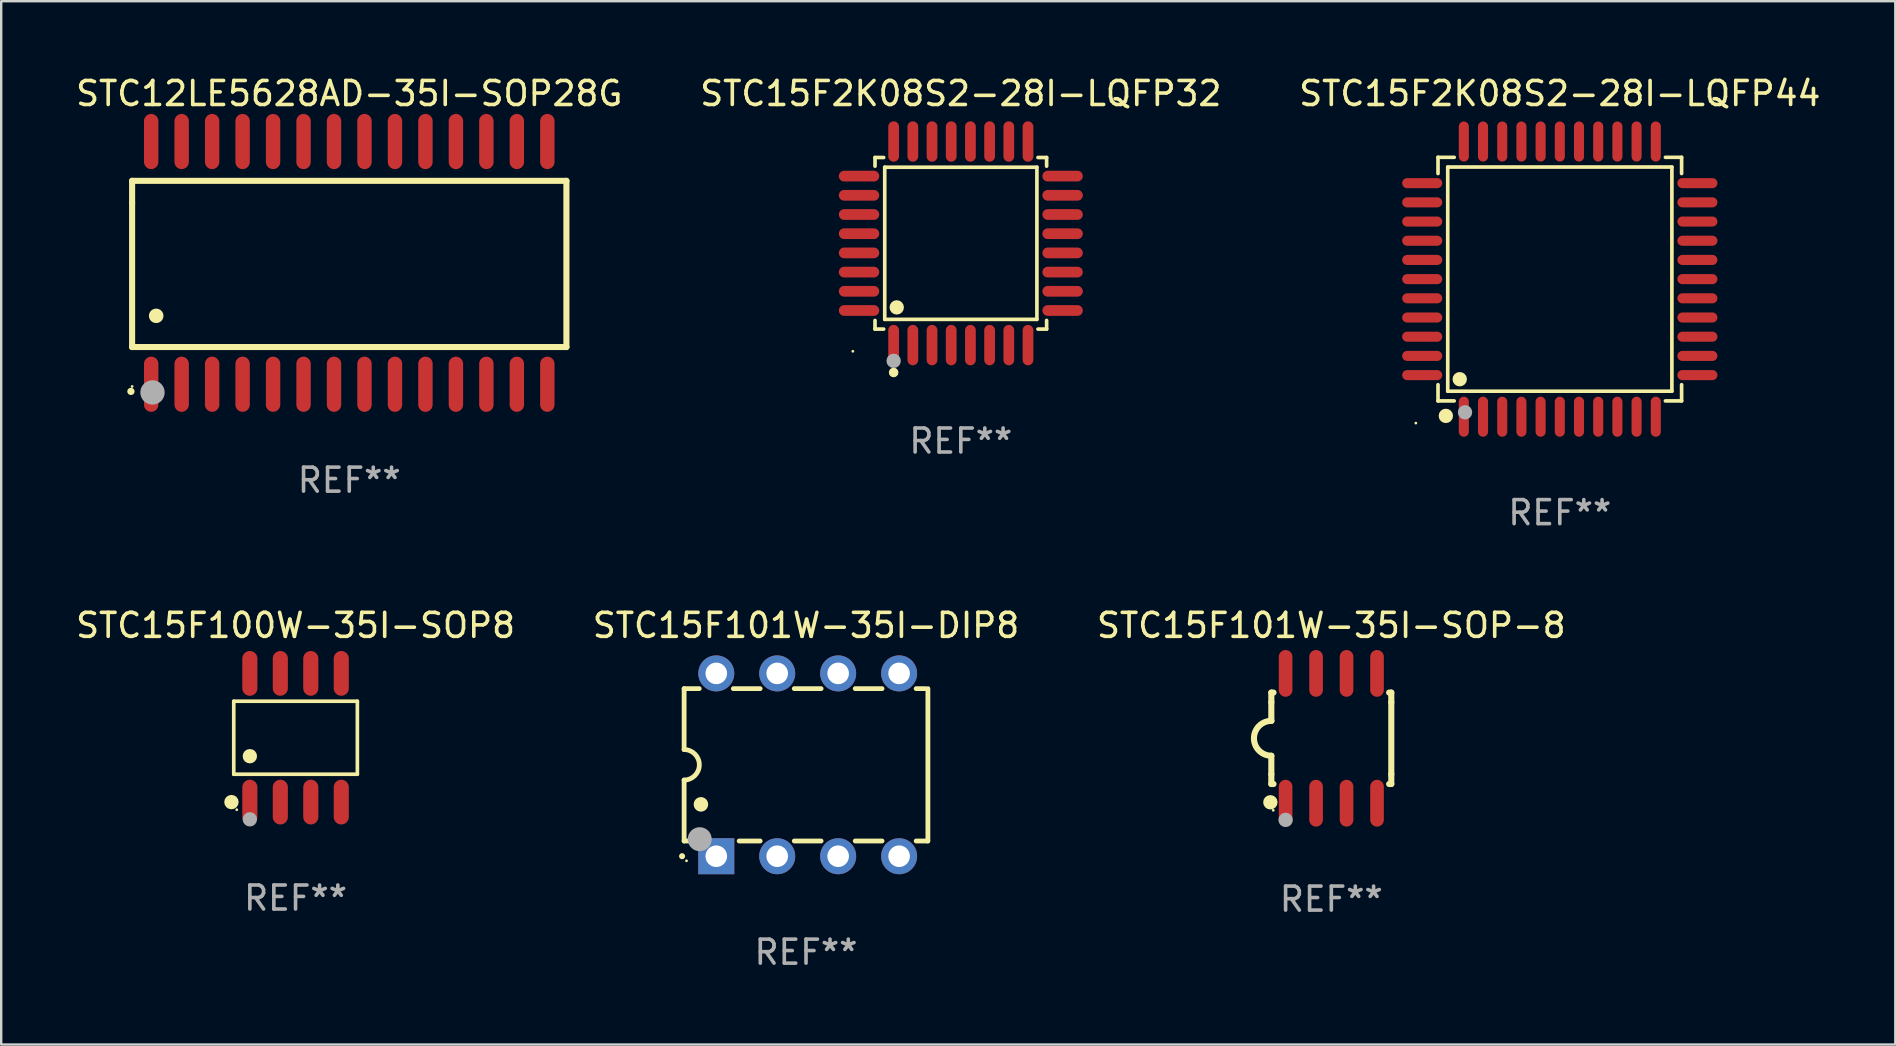
<source format=kicad_pcb>
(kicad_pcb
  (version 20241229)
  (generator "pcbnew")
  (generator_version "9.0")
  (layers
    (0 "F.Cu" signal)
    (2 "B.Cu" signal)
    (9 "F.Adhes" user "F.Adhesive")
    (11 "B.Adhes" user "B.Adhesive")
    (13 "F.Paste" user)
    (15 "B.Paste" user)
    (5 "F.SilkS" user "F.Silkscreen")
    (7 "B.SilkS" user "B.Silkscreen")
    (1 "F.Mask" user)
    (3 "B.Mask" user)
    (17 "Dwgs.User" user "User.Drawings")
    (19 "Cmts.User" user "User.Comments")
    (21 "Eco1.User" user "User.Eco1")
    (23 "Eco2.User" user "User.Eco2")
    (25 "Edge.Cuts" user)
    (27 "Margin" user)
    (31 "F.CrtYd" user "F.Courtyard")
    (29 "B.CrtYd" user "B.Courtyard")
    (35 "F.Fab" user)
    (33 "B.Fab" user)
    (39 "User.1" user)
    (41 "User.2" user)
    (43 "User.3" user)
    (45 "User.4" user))
  (footprint "STC12LE5628AD-35I-SOP28G"
    (layer "F.Cu")
    (at 11.506 7.906)
    (property "Reference" "STC12LE5628AD-35I-SOP28G" (at 0 -7.058 0) (layer "F.SilkS") (effects (font (size 1 1) (thickness 0.15))))
    (attr through_hole)
    (fp_line (start -9.05 -3.42) (end 9.05 -3.42) (stroke (width 0.254) (type solid)) (layer "F.SilkS"))
    (fp_line (start -9.05 -2.492) (end -9.05 -3.42) (stroke (width 0.254) (type solid)) (layer "F.SilkS"))
    (fp_line (start -9.05 3.508) (end -9.05 -2.492) (stroke (width 0.254) (type solid)) (layer "F.SilkS"))
    (fp_line (start 9.05 -3.42) (end 9.05 3.508) (stroke (width 0.254) (type solid)) (layer "F.SilkS"))
    (fp_line (start 9.05 3.508) (end -9.05 3.508) (stroke (width 0.254) (type solid)) (layer "F.SilkS"))
    (fp_arc (start -9.100838 5.35649) (mid -9.099568 5.356485) (end -9.098298 5.35649) (stroke (width 0.3) (type solid)) (layer "F.SilkS"))
    (fp_arc (start -8.049276 2.206883) (mid -8.046736 2.206872) (end -8.044196 2.206883) (stroke (width 0.6) (type solid)) (layer "F.SilkS"))
    (fp_circle (center -9.05 5.15) (end -9.02 5.15) (stroke (width 0.06) (type solid)) (fill no) (layer "F.SilkS"))
    (fp_circle (center -8.2 5.4) (end -7.946 5.4) (stroke (width 0.508) (type solid)) (fill no) (layer "F.Fab"))
    (fp_text user "REF**" (at 0 9.058 0) (layer "F.Fab") (effects (font (size 1 1) (thickness 0.15))))
    (pad "1" smd oval (at -8.255 5.058 180) (size 0.6 2.3) (layers "F.Cu" "F.Mask" "F.Paste"))
    (pad "2" smd oval (at -6.985 5.058 180) (size 0.6 2.3) (layers "F.Cu" "F.Mask" "F.Paste"))
    (pad "3" smd oval (at -5.715 5.058 180) (size 0.6 2.3) (layers "F.Cu" "F.Mask" "F.Paste"))
    (pad "4" smd oval (at -4.445 5.058 180) (size 0.6 2.3) (layers "F.Cu" "F.Mask" "F.Paste"))
    (pad "5" smd oval (at -3.175 5.058 180) (size 0.6 2.3) (layers "F.Cu" "F.Mask" "F.Paste"))
    (pad "6" smd oval (at -1.905 5.058 180) (size 0.6 2.3) (layers "F.Cu" "F.Mask" "F.Paste"))
    (pad "7" smd oval (at -0.635 5.058 180) (size 0.6 2.3) (layers "F.Cu" "F.Mask" "F.Paste"))
    (pad "8" smd oval (at 0.635 5.058 180) (size 0.6 2.3) (layers "F.Cu" "F.Mask" "F.Paste"))
    (pad "9" smd oval (at 1.905 5.058 180) (size 0.6 2.3) (layers "F.Cu" "F.Mask" "F.Paste"))
    (pad "10" smd oval (at 3.175 5.058 180) (size 0.6 2.3) (layers "F.Cu" "F.Mask" "F.Paste"))
    (pad "11" smd oval (at 4.445 5.058 180) (size 0.6 2.3) (layers "F.Cu" "F.Mask" "F.Paste"))
    (pad "12" smd oval (at 5.715 5.058 180) (size 0.6 2.3) (layers "F.Cu" "F.Mask" "F.Paste"))
    (pad "13" smd oval (at 6.985 5.058 180) (size 0.6 2.3) (layers "F.Cu" "F.Mask" "F.Paste"))
    (pad "14" smd oval (at 8.255 5.058 180) (size 0.6 2.3) (layers "F.Cu" "F.Mask" "F.Paste"))
    (pad "15" smd oval (at 8.255 -5.058 180) (size 0.6 2.3) (layers "F.Cu" "F.Mask" "F.Paste"))
    (pad "16" smd oval (at 6.985 -5.058 180) (size 0.6 2.3) (layers "F.Cu" "F.Mask" "F.Paste"))
    (pad "17" smd oval (at 5.715 -5.058 180) (size 0.6 2.3) (layers "F.Cu" "F.Mask" "F.Paste"))
    (pad "18" smd oval (at 4.445 -5.058 180) (size 0.6 2.3) (layers "F.Cu" "F.Mask" "F.Paste"))
    (pad "19" smd oval (at 3.175 -5.058 180) (size 0.6 2.3) (layers "F.Cu" "F.Mask" "F.Paste"))
    (pad "20" smd oval (at 1.905 -5.058 180) (size 0.6 2.3) (layers "F.Cu" "F.Mask" "F.Paste"))
    (pad "21" smd oval (at 0.635 -5.058 180) (size 0.6 2.3) (layers "F.Cu" "F.Mask" "F.Paste"))
    (pad "22" smd oval (at -0.635 -5.058 180) (size 0.6 2.3) (layers "F.Cu" "F.Mask" "F.Paste"))
    (pad "23" smd oval (at -1.905 -5.058 180) (size 0.6 2.3) (layers "F.Cu" "F.Mask" "F.Paste"))
    (pad "24" smd oval (at -3.175 -5.058 180) (size 0.6 2.3) (layers "F.Cu" "F.Mask" "F.Paste"))
    (pad "25" smd oval (at -4.445 -5.058 180) (size 0.6 2.3) (layers "F.Cu" "F.Mask" "F.Paste"))
    (pad "26" smd oval (at -5.715 -5.058 180) (size 0.6 2.3) (layers "F.Cu" "F.Mask" "F.Paste"))
    (pad "27" smd oval (at -6.985 -5.058 180) (size 0.6 2.3) (layers "F.Cu" "F.Mask" "F.Paste"))
    (pad "28" smd oval (at -8.255 -5.058 180) (size 0.6 2.3) (layers "F.Cu" "F.Mask" "F.Paste")))
  (footprint "STC15F101W-35I-SOP-8"
    (layer "F.Cu")
    (at 52.435 27.72)
    (property "Reference" "STC15F101W-35I-SOP-8" (at 0 -4.705 0) (layer "F.SilkS") (effects (font (size 1 1) (thickness 0.15))))
    (attr through_hole)
    (fp_line (start -2.5 -1.905) (end -2.409 -1.905) (stroke (width 0.254) (type solid)) (layer "F.SilkS"))
    (fp_line (start -2.5 -1.5) (end -2.5 -1.905) (stroke (width 0.254) (type solid)) (layer "F.SilkS"))
    (fp_line (start -2.5 -1.5) (end -2.5 -0.726) (stroke (width 0.254) (type solid)) (layer "F.SilkS"))
    (fp_line (start -2.5 1.5) (end -2.5 0.727) (stroke (width 0.254) (type solid)) (layer "F.SilkS"))
    (fp_line (start -2.5 1.5) (end -2.5 1.905) (stroke (width 0.254) (type solid)) (layer "F.SilkS"))
    (fp_line (start -2.5 1.905) (end -2.409 1.905) (stroke (width 0.254) (type solid)) (layer "F.SilkS"))
    (fp_line (start 2.5 -1.905) (end 2.409 -1.905) (stroke (width 0.254) (type solid)) (layer "F.SilkS"))
    (fp_line (start 2.5 -1.5) (end 2.5 -1.905) (stroke (width 0.254) (type solid)) (layer "F.SilkS"))
    (fp_line (start 2.5 -1.5) (end 2.5 1.5) (stroke (width 0.254) (type solid)) (layer "F.SilkS"))
    (fp_line (start 2.5 1.5) (end 2.5 1.905) (stroke (width 0.254) (type solid)) (layer "F.SilkS"))
    (fp_line (start 2.5 1.905) (end 2.409 1.905) (stroke (width 0.254) (type solid)) (layer "F.SilkS"))
    (fp_arc (start -2.5 0.726568) (mid -3.220316 -0.0023) (end -2.495097 -0.726289) (stroke (width 0.254001) (type solid)) (layer "F.SilkS"))
    (fp_circle (center -2.54 2.667) (end -2.39 2.667) (stroke (width 0.3) (type solid)) (fill no) (layer "F.SilkS"))
    (fp_circle (center -2.42 3) (end -2.39 3) (stroke (width 0.06) (type solid)) (fill no) (layer "F.SilkS"))
    (fp_circle (center -1.905 3.4) (end -1.755 3.4) (stroke (width 0.3) (type solid)) (fill no) (layer "F.Fab"))
    (fp_text user "REF**" (at 0 6.705 0) (layer "F.Fab") (effects (font (size 1 1) (thickness 0.15))))
    (pad "1" smd oval (at -1.905 2.705) (size 0.568 1.95) (layers "F.Cu" "F.Mask" "F.Paste"))
    (pad "2" smd oval (at -0.635 2.705) (size 0.568 1.95) (layers "F.Cu" "F.Mask" "F.Paste"))
    (pad "3" smd oval (at 0.635 2.705) (size 0.568 1.95) (layers "F.Cu" "F.Mask" "F.Paste"))
    (pad "4" smd oval (at 1.905 2.705) (size 0.568 1.95) (layers "F.Cu" "F.Mask" "F.Paste"))
    (pad "5" smd oval (at 1.905 -2.705) (size 0.568 1.95) (layers "F.Cu" "F.Mask" "F.Paste"))
    (pad "6" smd oval (at 0.635 -2.705) (size 0.568 1.95) (layers "F.Cu" "F.Mask" "F.Paste"))
    (pad "7" smd oval (at -0.635 -2.705) (size 0.568 1.95) (layers "F.Cu" "F.Mask" "F.Paste"))
    (pad "8" smd oval (at -1.905 -2.705) (size 0.568 1.95) (layers "F.Cu" "F.Mask" "F.Paste")))
  (footprint "STC15F101W-35I-DIP8"
    (layer "F.Cu")
    (at 30.542 28.825)
    (property "Reference" "STC15F101W-35I-DIP8" (at 0 -5.81 0) (layer "F.SilkS") (effects (font (size 1 1) (thickness 0.15))))
    (attr through_hole)
    (fp_line (start -5.08 -3.175) (end -4.451 -3.175) (stroke (width 0.2) (type solid)) (layer "F.SilkS"))
    (fp_line (start -5.08 -0.635) (end -5.08 -3.175) (stroke (width 0.2) (type solid)) (layer "F.SilkS"))
    (fp_line (start -5.08 3.175) (end -5.08 0.635) (stroke (width 0.2) (type solid)) (layer "F.SilkS"))
    (fp_line (start -4.694 3.175) (end -5.08 3.175) (stroke (width 0.2) (type solid)) (layer "F.SilkS"))
    (fp_line (start -3.029 -3.175) (end -1.911 -3.175) (stroke (width 0.2) (type solid)) (layer "F.SilkS"))
    (fp_line (start -1.911 3.175) (end -2.786 3.175) (stroke (width 0.2) (type solid)) (layer "F.SilkS"))
    (fp_line (start -0.489 -3.175) (end 0.629 -3.175) (stroke (width 0.2) (type solid)) (layer "F.SilkS"))
    (fp_line (start 0.629 3.175) (end -0.489 3.175) (stroke (width 0.2) (type solid)) (layer "F.SilkS"))
    (fp_line (start 2.051 -3.175) (end 3.169 -3.175) (stroke (width 0.2) (type solid)) (layer "F.SilkS"))
    (fp_line (start 3.169 3.175) (end 2.051 3.175) (stroke (width 0.2) (type solid)) (layer "F.SilkS"))
    (fp_line (start 4.591 -3.175) (end 4.97 -3.175) (stroke (width 0.2) (type solid)) (layer "F.SilkS"))
    (fp_line (start 5.074 3.175) (end 4.591 3.175) (stroke (width 0.2) (type solid)) (layer "F.SilkS"))
    (fp_line (start 5.08 -3.175) (end 5.08 3.175) (stroke (width 0.2) (type solid)) (layer "F.SilkS"))
    (fp_arc (start -5.164948 3.810008) (mid -5.164955 3.808738) (end -5.164948 3.807468) (stroke (width 0.25) (type solid)) (layer "F.SilkS"))
    (fp_arc (start -5.081128 -0.635001) (mid -4.446127 0) (end -5.081128 0.635001) (stroke (width 0.2) (type solid)) (layer "F.SilkS"))
    (fp_arc (start -4.380086 1.651003) (mid -4.380097 1.648463) (end -4.380086 1.645923) (stroke (width 0.6) (type solid)) (layer "F.SilkS"))
    (fp_circle (center -4.98 4) (end -4.95 4) (stroke (width 0.06) (type solid)) (fill no) (layer "F.SilkS"))
    (fp_circle (center -4.43 3.1) (end -4.18 3.1) (stroke (width 0.5) (type solid)) (fill no) (layer "F.Fab"))
    (fp_text user "REF**" (at 0 7.81 0) (layer "F.Fab") (effects (font (size 1 1) (thickness 0.15))))
    (pad "1" thru_hole rect (at -3.74 3.81) (size 1.5 1.5) (drill 0.9) (layers "*.Cu" "*.Mask"))
    (pad "2" thru_hole circle (at -1.2 3.81) (size 1.5 1.5) (drill 0.9) (layers "*.Cu" "*.Mask"))
    (pad "3" thru_hole circle (at 1.34 3.81) (size 1.5 1.5) (drill 0.9) (layers "*.Cu" "*.Mask"))
    (pad "4" thru_hole circle (at 3.88 3.81) (size 1.5 1.5) (drill 0.9) (layers "*.Cu" "*.Mask"))
    (pad "5" thru_hole circle (at 3.88 -3.81) (size 1.5 1.5) (drill 0.9) (layers "*.Cu" "*.Mask"))
    (pad "6" thru_hole circle (at 1.34 -3.81) (size 1.5 1.5) (drill 0.9) (layers "*.Cu" "*.Mask"))
    (pad "7" thru_hole circle (at -1.2 -3.81) (size 1.5 1.5) (drill 0.9) (layers "*.Cu" "*.Mask"))
    (pad "8" thru_hole circle (at -3.74 -3.81) (size 1.5 1.5) (drill 0.9) (layers "*.Cu" "*.Mask")))
  (footprint "STC15F2K08S2-28I-LQFP44"
    (layer "F.Cu")
    (at 61.958 8.583)
    (property "Reference" "STC15F2K08S2-28I-LQFP44" (at 0 -7.735 0) (layer "F.SilkS") (effects (font (size 1 1) (thickness 0.15))))
    (attr through_hole)
    (fp_line (start -5.076 -5.076) (end -4.401 -5.076) (stroke (width 0.152) (type solid)) (layer "F.SilkS"))
    (fp_line (start -5.076 -4.401) (end -5.076 -5.076) (stroke (width 0.152) (type solid)) (layer "F.SilkS"))
    (fp_line (start -5.076 4.401) (end -5.076 5.076) (stroke (width 0.152) (type solid)) (layer "F.SilkS"))
    (fp_line (start -5.076 5.076) (end -4.401 5.076) (stroke (width 0.152) (type solid)) (layer "F.SilkS"))
    (fp_line (start -4.671 -4.671) (end 4.671 -4.671) (stroke (width 0.152) (type solid)) (layer "F.SilkS"))
    (fp_line (start -4.671 4.671) (end -4.671 -4.671) (stroke (width 0.152) (type solid)) (layer "F.SilkS"))
    (fp_line (start 4.671 -4.671) (end 4.671 4.671) (stroke (width 0.152) (type solid)) (layer "F.SilkS"))
    (fp_line (start 4.671 4.671) (end -4.671 4.671) (stroke (width 0.152) (type solid)) (layer "F.SilkS"))
    (fp_line (start 5.076 -5.076) (end 4.401 -5.076) (stroke (width 0.152) (type solid)) (layer "F.SilkS"))
    (fp_line (start 5.076 -4.401) (end 5.076 -5.076) (stroke (width 0.152) (type solid)) (layer "F.SilkS"))
    (fp_line (start 5.076 4.401) (end 5.076 5.076) (stroke (width 0.152) (type solid)) (layer "F.SilkS"))
    (fp_line (start 5.076 5.076) (end 4.401 5.076) (stroke (width 0.152) (type solid)) (layer "F.SilkS"))
    (fp_circle (center -6 6) (end -5.97 6) (stroke (width 0.06) (type solid)) (fill no) (layer "F.SilkS"))
    (fp_circle (center -4.75 5.7) (end -4.6 5.7) (stroke (width 0.3) (type solid)) (fill no) (layer "F.SilkS"))
    (fp_circle (center -4.171 4.171) (end -4.021 4.171) (stroke (width 0.3) (type solid)) (fill no) (layer "F.SilkS"))
    (fp_circle (center -3.95 5.55) (end -3.8 5.55) (stroke (width 0.3) (type solid)) (fill no) (layer "F.Fab"))
    (fp_text user "REF**" (at 0 9.735 0) (layer "F.Fab") (effects (font (size 1 1) (thickness 0.15))))
    (pad "1" smd oval (at -4 5.735) (size 0.42 1.67) (layers "F.Cu" "F.Mask" "F.Paste"))
    (pad "2" smd oval (at -3.2 5.735) (size 0.42 1.67) (layers "F.Cu" "F.Mask" "F.Paste"))
    (pad "3" smd oval (at -2.4 5.735) (size 0.42 1.67) (layers "F.Cu" "F.Mask" "F.Paste"))
    (pad "4" smd oval (at -1.6 5.735) (size 0.42 1.67) (layers "F.Cu" "F.Mask" "F.Paste"))
    (pad "5" smd oval (at -0.8 5.735) (size 0.42 1.67) (layers "F.Cu" "F.Mask" "F.Paste"))
    (pad "6" smd oval (at 0 5.735) (size 0.42 1.67) (layers "F.Cu" "F.Mask" "F.Paste"))
    (pad "7" smd oval (at 0.8 5.735) (size 0.42 1.67) (layers "F.Cu" "F.Mask" "F.Paste"))
    (pad "8" smd oval (at 1.6 5.735) (size 0.42 1.67) (layers "F.Cu" "F.Mask" "F.Paste"))
    (pad "9" smd oval (at 2.4 5.735) (size 0.42 1.67) (layers "F.Cu" "F.Mask" "F.Paste"))
    (pad "10" smd oval (at 3.2 5.735) (size 0.42 1.67) (layers "F.Cu" "F.Mask" "F.Paste"))
    (pad "11" smd oval (at 4 5.735) (size 0.42 1.67) (layers "F.Cu" "F.Mask" "F.Paste"))
    (pad "12" smd oval (at 5.735 4) (size 1.67 0.42) (layers "F.Cu" "F.Mask" "F.Paste"))
    (pad "13" smd oval (at 5.735 3.2) (size 1.67 0.42) (layers "F.Cu" "F.Mask" "F.Paste"))
    (pad "14" smd oval (at 5.735 2.4) (size 1.67 0.42) (layers "F.Cu" "F.Mask" "F.Paste"))
    (pad "15" smd oval (at 5.735 1.6) (size 1.67 0.42) (layers "F.Cu" "F.Mask" "F.Paste"))
    (pad "16" smd oval (at 5.735 0.8) (size 1.67 0.42) (layers "F.Cu" "F.Mask" "F.Paste"))
    (pad "17" smd oval (at 5.735 0) (size 1.67 0.42) (layers "F.Cu" "F.Mask" "F.Paste"))
    (pad "18" smd oval (at 5.735 -0.8) (size 1.67 0.42) (layers "F.Cu" "F.Mask" "F.Paste"))
    (pad "19" smd oval (at 5.735 -1.6) (size 1.67 0.42) (layers "F.Cu" "F.Mask" "F.Paste"))
    (pad "20" smd oval (at 5.735 -2.4) (size 1.67 0.42) (layers "F.Cu" "F.Mask" "F.Paste"))
    (pad "21" smd oval (at 5.735 -3.2) (size 1.67 0.42) (layers "F.Cu" "F.Mask" "F.Paste"))
    (pad "22" smd oval (at 5.735 -4) (size 1.67 0.42) (layers "F.Cu" "F.Mask" "F.Paste"))
    (pad "23" smd oval (at 4 -5.735) (size 0.42 1.67) (layers "F.Cu" "F.Mask" "F.Paste"))
    (pad "24" smd oval (at 3.2 -5.735) (size 0.42 1.67) (layers "F.Cu" "F.Mask" "F.Paste"))
    (pad "25" smd oval (at 2.4 -5.735) (size 0.42 1.67) (layers "F.Cu" "F.Mask" "F.Paste"))
    (pad "26" smd oval (at 1.6 -5.735) (size 0.42 1.67) (layers "F.Cu" "F.Mask" "F.Paste"))
    (pad "27" smd oval (at 0.8 -5.735) (size 0.42 1.67) (layers "F.Cu" "F.Mask" "F.Paste"))
    (pad "28" smd oval (at 0 -5.735) (size 0.42 1.67) (layers "F.Cu" "F.Mask" "F.Paste"))
    (pad "29" smd oval (at -0.8 -5.735) (size 0.42 1.67) (layers "F.Cu" "F.Mask" "F.Paste"))
    (pad "30" smd oval (at -1.6 -5.735) (size 0.42 1.67) (layers "F.Cu" "F.Mask" "F.Paste"))
    (pad "31" smd oval (at -2.4 -5.735) (size 0.42 1.67) (layers "F.Cu" "F.Mask" "F.Paste"))
    (pad "32" smd oval (at -3.2 -5.735) (size 0.42 1.67) (layers "F.Cu" "F.Mask" "F.Paste"))
    (pad "33" smd oval (at -4 -5.735) (size 0.42 1.67) (layers "F.Cu" "F.Mask" "F.Paste"))
    (pad "34" smd oval (at -5.735 -4) (size 1.67 0.42) (layers "F.Cu" "F.Mask" "F.Paste"))
    (pad "35" smd oval (at -5.735 -3.2) (size 1.67 0.42) (layers "F.Cu" "F.Mask" "F.Paste"))
    (pad "36" smd oval (at -5.735 -2.4) (size 1.67 0.42) (layers "F.Cu" "F.Mask" "F.Paste"))
    (pad "37" smd oval (at -5.735 -1.6) (size 1.67 0.42) (layers "F.Cu" "F.Mask" "F.Paste"))
    (pad "38" smd oval (at -5.735 -0.8) (size 1.67 0.42) (layers "F.Cu" "F.Mask" "F.Paste"))
    (pad "39" smd oval (at -5.735 0) (size 1.67 0.42) (layers "F.Cu" "F.Mask" "F.Paste"))
    (pad "40" smd oval (at -5.735 0.8) (size 1.67 0.42) (layers "F.Cu" "F.Mask" "F.Paste"))
    (pad "41" smd oval (at -5.735 1.6) (size 1.67 0.42) (layers "F.Cu" "F.Mask" "F.Paste"))
    (pad "42" smd oval (at -5.735 2.4) (size 1.67 0.42) (layers "F.Cu" "F.Mask" "F.Paste"))
    (pad "43" smd oval (at -5.735 3.2) (size 1.67 0.42) (layers "F.Cu" "F.Mask" "F.Paste"))
    (pad "44" smd oval (at -5.735 4) (size 1.67 0.42) (layers "F.Cu" "F.Mask" "F.Paste")))
  (footprint "STC15F2K08S2-28I-LQFP32"
    (layer "F.Cu")
    (at 36.994 7.09)
    (property "Reference" "STC15F2K08S2-28I-LQFP32" (at 0 -6.242 0) (layer "F.SilkS") (effects (font (size 1 1) (thickness 0.15))))
    (attr through_hole)
    (fp_line (start -3.576 -3.576) (end -3.215 -3.576) (stroke (width 0.152) (type solid)) (layer "F.SilkS"))
    (fp_line (start -3.576 -3.215) (end -3.576 -3.576) (stroke (width 0.152) (type solid)) (layer "F.SilkS"))
    (fp_line (start -3.576 3.215) (end -3.576 3.576) (stroke (width 0.152) (type solid)) (layer "F.SilkS"))
    (fp_line (start -3.576 3.576) (end -3.215 3.576) (stroke (width 0.152) (type solid)) (layer "F.SilkS"))
    (fp_line (start -3.171 -3.171) (end 3.171 -3.171) (stroke (width 0.152) (type solid)) (layer "F.SilkS"))
    (fp_line (start -3.171 3.171) (end -3.171 -3.171) (stroke (width 0.152) (type solid)) (layer "F.SilkS"))
    (fp_line (start 3.171 -3.171) (end 3.171 3.171) (stroke (width 0.152) (type solid)) (layer "F.SilkS"))
    (fp_line (start 3.171 3.171) (end -3.171 3.171) (stroke (width 0.152) (type solid)) (layer "F.SilkS"))
    (fp_line (start 3.576 -3.576) (end 3.215 -3.576) (stroke (width 0.152) (type solid)) (layer "F.SilkS"))
    (fp_line (start 3.576 -3.215) (end 3.576 -3.576) (stroke (width 0.152) (type solid)) (layer "F.SilkS"))
    (fp_line (start 3.576 3.215) (end 3.576 3.576) (stroke (width 0.152) (type solid)) (layer "F.SilkS"))
    (fp_line (start 3.576 3.576) (end 3.215 3.576) (stroke (width 0.152) (type solid)) (layer "F.SilkS"))
    (fp_circle (center -4.5 4.5) (end -4.47 4.5) (stroke (width 0.06) (type solid)) (fill no) (layer "F.SilkS"))
    (fp_circle (center -2.8 5.384) (end -2.7 5.384) (stroke (width 0.2) (type solid)) (fill no) (layer "F.SilkS"))
    (fp_circle (center -2.671 2.671) (end -2.521 2.671) (stroke (width 0.3) (type solid)) (fill no) (layer "F.SilkS"))
    (fp_circle (center -2.8 4.9) (end -2.65 4.9) (stroke (width 0.3) (type solid)) (fill no) (layer "F.Fab"))
    (fp_text user "REF**" (at 0 8.242 0) (layer "F.Fab") (effects (font (size 1 1) (thickness 0.15))))
    (pad "1" smd oval (at -2.8 4.242) (size 0.448 1.684) (layers "F.Cu" "F.Mask" "F.Paste"))
    (pad "2" smd oval (at -2 4.242) (size 0.448 1.684) (layers "F.Cu" "F.Mask" "F.Paste"))
    (pad "3" smd oval (at -1.2 4.242) (size 0.448 1.684) (layers "F.Cu" "F.Mask" "F.Paste"))
    (pad "4" smd oval (at -0.4 4.242) (size 0.448 1.684) (layers "F.Cu" "F.Mask" "F.Paste"))
    (pad "5" smd oval (at 0.4 4.242) (size 0.448 1.684) (layers "F.Cu" "F.Mask" "F.Paste"))
    (pad "6" smd oval (at 1.2 4.242) (size 0.448 1.684) (layers "F.Cu" "F.Mask" "F.Paste"))
    (pad "7" smd oval (at 2 4.242) (size 0.448 1.684) (layers "F.Cu" "F.Mask" "F.Paste"))
    (pad "8" smd oval (at 2.8 4.242) (size 0.448 1.684) (layers "F.Cu" "F.Mask" "F.Paste"))
    (pad "9" smd oval (at 4.242 2.8) (size 1.684 0.448) (layers "F.Cu" "F.Mask" "F.Paste"))
    (pad "10" smd oval (at 4.242 2) (size 1.684 0.448) (layers "F.Cu" "F.Mask" "F.Paste"))
    (pad "11" smd oval (at 4.242 1.2) (size 1.684 0.448) (layers "F.Cu" "F.Mask" "F.Paste"))
    (pad "12" smd oval (at 4.242 0.4) (size 1.684 0.448) (layers "F.Cu" "F.Mask" "F.Paste"))
    (pad "13" smd oval (at 4.242 -0.4) (size 1.684 0.448) (layers "F.Cu" "F.Mask" "F.Paste"))
    (pad "14" smd oval (at 4.242 -1.2) (size 1.684 0.448) (layers "F.Cu" "F.Mask" "F.Paste"))
    (pad "15" smd oval (at 4.242 -2) (size 1.684 0.448) (layers "F.Cu" "F.Mask" "F.Paste"))
    (pad "16" smd oval (at 4.242 -2.8) (size 1.684 0.448) (layers "F.Cu" "F.Mask" "F.Paste"))
    (pad "17" smd oval (at 2.8 -4.242) (size 0.448 1.684) (layers "F.Cu" "F.Mask" "F.Paste"))
    (pad "18" smd oval (at 2 -4.242) (size 0.448 1.684) (layers "F.Cu" "F.Mask" "F.Paste"))
    (pad "19" smd oval (at 1.2 -4.242) (size 0.448 1.684) (layers "F.Cu" "F.Mask" "F.Paste"))
    (pad "20" smd oval (at 0.4 -4.242) (size 0.448 1.684) (layers "F.Cu" "F.Mask" "F.Paste"))
    (pad "21" smd oval (at -0.4 -4.242) (size 0.448 1.684) (layers "F.Cu" "F.Mask" "F.Paste"))
    (pad "22" smd oval (at -1.2 -4.242) (size 0.448 1.684) (layers "F.Cu" "F.Mask" "F.Paste"))
    (pad "23" smd oval (at -2 -4.242) (size 0.448 1.684) (layers "F.Cu" "F.Mask" "F.Paste"))
    (pad "24" smd oval (at -2.8 -4.242) (size 0.448 1.684) (layers "F.Cu" "F.Mask" "F.Paste"))
    (pad "25" smd oval (at -4.242 -2.8) (size 1.684 0.448) (layers "F.Cu" "F.Mask" "F.Paste"))
    (pad "26" smd oval (at -4.242 -2) (size 1.684 0.448) (layers "F.Cu" "F.Mask" "F.Paste"))
    (pad "27" smd oval (at -4.242 -1.2) (size 1.684 0.448) (layers "F.Cu" "F.Mask" "F.Paste"))
    (pad "28" smd oval (at -4.242 -0.4) (size 1.684 0.448) (layers "F.Cu" "F.Mask" "F.Paste"))
    (pad "29" smd oval (at -4.242 0.4) (size 1.684 0.448) (layers "F.Cu" "F.Mask" "F.Paste"))
    (pad "30" smd oval (at -4.242 1.2) (size 1.684 0.448) (layers "F.Cu" "F.Mask" "F.Paste"))
    (pad "31" smd oval (at -4.242 2) (size 1.684 0.448) (layers "F.Cu" "F.Mask" "F.Paste"))
    (pad "32" smd oval (at -4.242 2.8) (size 1.684 0.448) (layers "F.Cu" "F.Mask" "F.Paste")))
  (footprint "STC15F100W-35I-SOP8"
    (layer "F.Cu")
    (at 9.268 27.697)
    (property "Reference" "STC15F100W-35I-SOP8" (at 0 -4.682 0) (layer "F.SilkS") (effects (font (size 1 1) (thickness 0.15))))
    (attr through_hole)
    (fp_line (start -2.576 -1.521) (end 2.576 -1.521) (stroke (width 0.152) (type solid)) (layer "F.SilkS"))
    (fp_line (start -2.576 1.521) (end -2.576 -1.521) (stroke (width 0.152) (type solid)) (layer "F.SilkS"))
    (fp_line (start 2.576 -1.521) (end 2.576 1.521) (stroke (width 0.152) (type solid)) (layer "F.SilkS"))
    (fp_line (start 2.576 1.521) (end -2.576 1.521) (stroke (width 0.152) (type solid)) (layer "F.SilkS"))
    (fp_circle (center -2.672 2.682) (end -2.522 2.682) (stroke (width 0.3) (type solid)) (fill no) (layer "F.SilkS"))
    (fp_circle (center -2.45 3) (end -2.42 3) (stroke (width 0.06) (type solid)) (fill no) (layer "F.SilkS"))
    (fp_circle (center -1.905 0.769) (end -1.755 0.769) (stroke (width 0.3) (type solid)) (fill no) (layer "F.SilkS"))
    (fp_circle (center -1.905 3.4) (end -1.755 3.4) (stroke (width 0.3) (type solid)) (fill no) (layer "F.Fab"))
    (fp_text user "REF**" (at 0 6.682 0) (layer "F.Fab") (effects (font (size 1 1) (thickness 0.15))))
    (pad "1" smd oval (at -1.905 2.682) (size 0.63 1.865) (layers "F.Cu" "F.Mask" "F.Paste"))
    (pad "2" smd oval (at -0.635 2.682) (size 0.63 1.865) (layers "F.Cu" "F.Mask" "F.Paste"))
    (pad "3" smd oval (at 0.635 2.682) (size 0.63 1.865) (layers "F.Cu" "F.Mask" "F.Paste"))
    (pad "4" smd oval (at 1.905 2.682) (size 0.63 1.865) (layers "F.Cu" "F.Mask" "F.Paste"))
    (pad "5" smd oval (at 1.905 -2.682) (size 0.63 1.865) (layers "F.Cu" "F.Mask" "F.Paste"))
    (pad "6" smd oval (at 0.635 -2.682) (size 0.63 1.865) (layers "F.Cu" "F.Mask" "F.Paste"))
    (pad "7" smd oval (at -0.635 -2.682) (size 0.63 1.865) (layers "F.Cu" "F.Mask" "F.Paste"))
    (pad "8" smd oval (at -1.905 -2.682) (size 0.63 1.865) (layers "F.Cu" "F.Mask" "F.Paste")))
  (gr_rect
    (start -3 -3)
    (end 75.94 40.483)
    (stroke (width 0.1) (type default))
    (fill no)
    (layer "Edge.Cuts")))
</source>
